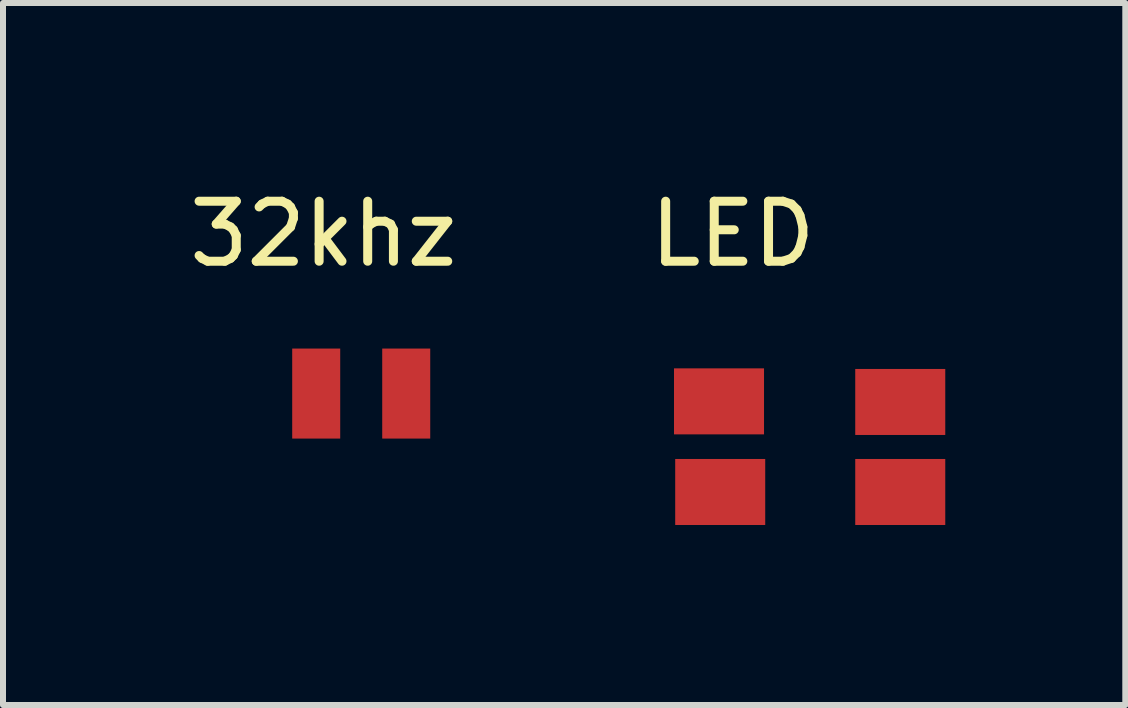
<source format=kicad_pcb>
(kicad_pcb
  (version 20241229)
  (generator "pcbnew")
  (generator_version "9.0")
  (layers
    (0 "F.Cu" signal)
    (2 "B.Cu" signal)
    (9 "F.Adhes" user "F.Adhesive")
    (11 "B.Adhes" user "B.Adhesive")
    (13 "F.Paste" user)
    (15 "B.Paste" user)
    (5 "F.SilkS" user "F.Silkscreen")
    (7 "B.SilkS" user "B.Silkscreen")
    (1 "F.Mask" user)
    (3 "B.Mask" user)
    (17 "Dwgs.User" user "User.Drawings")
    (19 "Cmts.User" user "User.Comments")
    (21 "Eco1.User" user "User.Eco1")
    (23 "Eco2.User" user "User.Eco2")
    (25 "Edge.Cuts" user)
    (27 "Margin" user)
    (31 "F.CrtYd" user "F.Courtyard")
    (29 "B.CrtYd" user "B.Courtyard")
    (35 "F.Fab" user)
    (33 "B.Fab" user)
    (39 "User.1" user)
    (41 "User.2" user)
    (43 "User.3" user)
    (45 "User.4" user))
  (footprint "32khz"
    (layer "F.Cu")
    (at 2.219 3.508)
    (property "Reference" "32khz" (at 0.12 -2.66 0) (layer "F.SilkS") (effects (font (size 1 1) (thickness 0.15))))
    (attr through_hole)
    (pad "1" smd rect (at 0 0) (size 0.8 1.5) (layers "F.Cu" "F.Mask" "F.Paste"))
    (pad "2" smd rect (at 1.5 0) (size 0.8 1.5) (layers "F.Cu" "F.Mask" "F.Paste")))
  (footprint "LED"
    (layer "F.Cu")
    (at 8.951 3.648)
    (property "Reference" "LED" (at 0.21 -2.8 0) (layer "F.SilkS") (effects (font (size 1 1) (thickness 0.15))))
    (attr through_hole)
    (pad "1" smd rect (at -0.02 -0.01) (size 1.5 1.1) (layers "F.Cu" "F.Mask" "F.Paste"))
    (pad "2" smd rect (at 3 0) (size 1.5 1.1) (layers "F.Cu" "F.Mask" "F.Paste"))
    (pad "3" smd rect (at 3 1.5) (size 1.5 1.1) (layers "F.Cu" "F.Mask" "F.Paste"))
    (pad "4" smd rect (at 0 1.5) (size 1.5 1.1) (layers "F.Cu" "F.Mask" "F.Paste")))
  (gr_rect
    (start -3 -3)
    (end 15.701 8.698)
    (stroke (width 0.1) (type default))
    (fill no)
    (layer "Edge.Cuts")))
</source>
